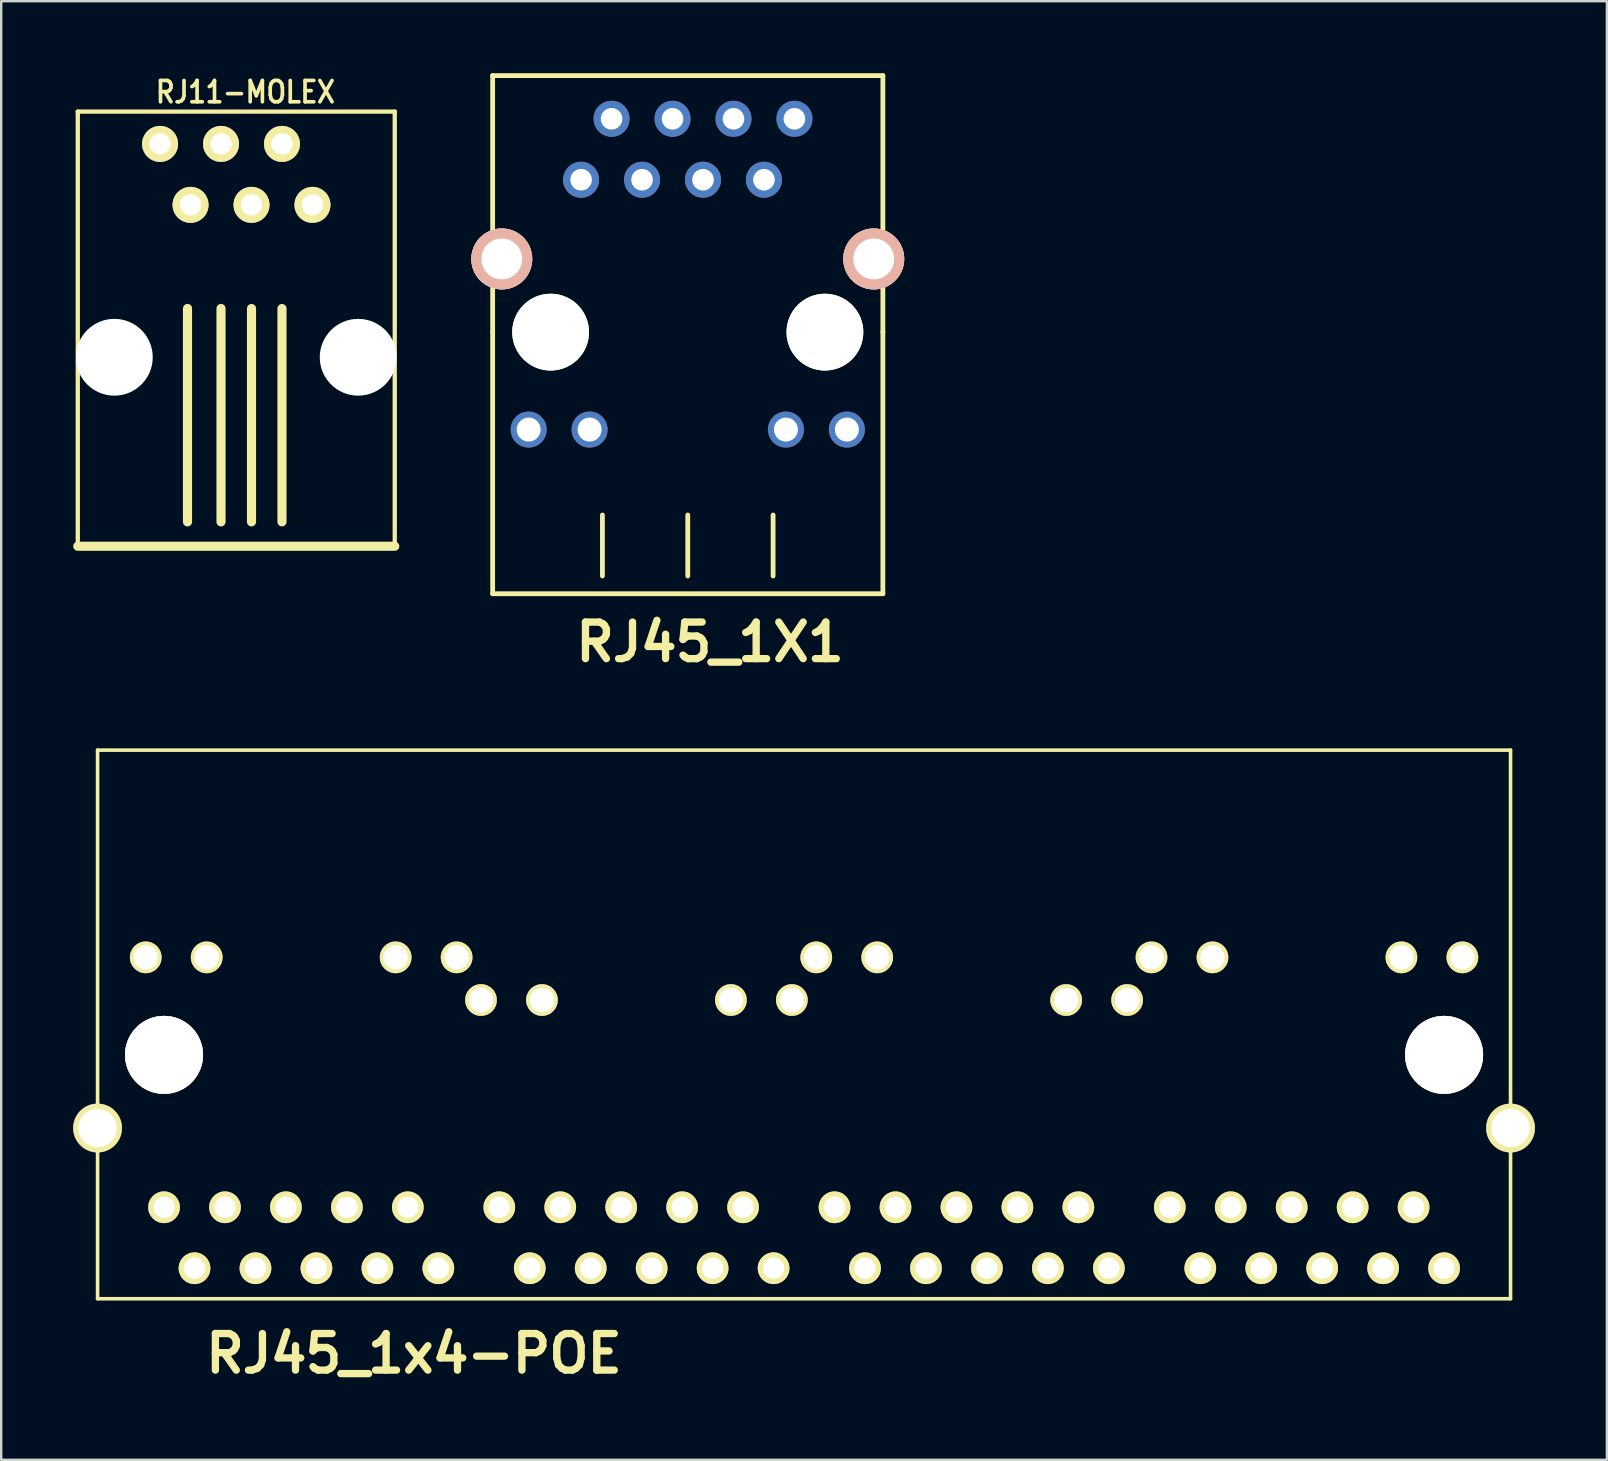
<source format=kicad_pcb>
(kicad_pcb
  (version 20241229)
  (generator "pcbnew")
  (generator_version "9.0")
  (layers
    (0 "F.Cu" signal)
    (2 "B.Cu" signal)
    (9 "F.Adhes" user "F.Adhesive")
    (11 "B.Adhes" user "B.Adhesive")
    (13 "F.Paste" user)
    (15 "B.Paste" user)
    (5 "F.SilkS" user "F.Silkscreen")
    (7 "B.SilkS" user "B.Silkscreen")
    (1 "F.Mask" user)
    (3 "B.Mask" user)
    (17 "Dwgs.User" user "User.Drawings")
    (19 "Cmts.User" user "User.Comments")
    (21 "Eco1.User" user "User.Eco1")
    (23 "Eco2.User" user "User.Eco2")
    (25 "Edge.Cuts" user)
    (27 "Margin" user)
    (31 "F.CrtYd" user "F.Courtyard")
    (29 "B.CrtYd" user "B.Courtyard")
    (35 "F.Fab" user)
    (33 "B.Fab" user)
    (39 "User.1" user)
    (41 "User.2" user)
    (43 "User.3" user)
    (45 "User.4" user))
  (footprint "RJ11-MOLEX"
    (layer "F.Cu")
    (at 6.795 11.837)
    (property "Reference" "RJ11-MOLEX" (at 0.381 -11.049 0) (layer "F.SilkS") (effects (font (size 0.889 0.762) (thickness 0.152))))
    (attr through_hole)
    (fp_line (start -6.604 -10.236) (end -6.604 7.874) (stroke (width 0.178) (type solid)) (layer "F.SilkS"))
    (fp_line (start -6.604 7.874) (end 6.604 7.874) (stroke (width 0.381) (type solid)) (layer "F.SilkS"))
    (fp_line (start -2.032 -2.032) (end -2.032 6.858) (stroke (width 0.381) (type solid)) (layer "F.SilkS"))
    (fp_line (start -0.635 -2.032) (end -0.635 6.858) (stroke (width 0.381) (type solid)) (layer "F.SilkS"))
    (fp_line (start 0.635 -2.03) (end 0.635 6.858) (stroke (width 0.381) (type solid)) (layer "F.SilkS"))
    (fp_line (start 1.905 -2.03) (end 1.905 6.858) (stroke (width 0.381) (type solid)) (layer "F.SilkS"))
    (fp_line (start 6.604 -10.236) (end -6.604 -10.236) (stroke (width 0.178) (type solid)) (layer "F.SilkS"))
    (fp_line (start 6.604 -10.236) (end 6.604 7.874) (stroke (width 0.178) (type solid)) (layer "F.SilkS"))
    (pad "" np_thru_hole circle (at -5.08 0 90) (size 3.2 3.2) (drill 3.2) (layers "*.Cu" "*.Mask"))
    (pad "" np_thru_hole circle (at 5.08 0 90) (size 3.2 3.2) (drill 3.2) (layers "*.Cu" "*.Mask"))
    (pad "1" thru_hole circle (at -3.175 -8.89 90) (size 1.5 1.5) (drill 0.889) (layers "*.Cu" "*.Mask" "F.SilkS"))
    (pad "2" thru_hole circle (at -1.905 -6.35 90) (size 1.5 1.5) (drill 0.889) (layers "*.Cu" "*.Mask" "F.SilkS"))
    (pad "3" thru_hole circle (at -0.635 -8.89 90) (size 1.5 1.5) (drill 0.889) (layers "*.Cu" "*.Mask" "F.SilkS"))
    (pad "4" thru_hole circle (at 0.635 -6.35 90) (size 1.5 1.5) (drill 0.889) (layers "*.Cu" "*.Mask" "F.SilkS"))
    (pad "5" thru_hole circle (at 1.905 -8.89 90) (size 1.5 1.5) (drill 0.889) (layers "*.Cu" "*.Mask" "F.SilkS"))
    (pad "6" thru_hole circle (at 3.175 -6.35 90) (size 1.5 1.5) (drill 0.889) (layers "*.Cu" "*.Mask" "F.SilkS")))
  (footprint "RJ45_1X1"
    (layer "F.Cu")
    (at 25.609 10.79)
    (property "Reference" "RJ45_1X1" (at 0.927 12.916 0) (layer "F.SilkS") (effects (font (size 1.524 1.524) (thickness 0.305))))
    (attr through_hole)
    (fp_line (start -8.13 -10.69) (end -8.13 0) (stroke (width 0.2) (type solid)) (layer "F.SilkS"))
    (fp_line (start -8.13 10.9) (end -8.13 0) (stroke (width 0.2) (type solid)) (layer "F.SilkS"))
    (fp_line (start -8.13 10.9) (end 8.13 10.9) (stroke (width 0.2) (type solid)) (layer "F.SilkS"))
    (fp_line (start -3.556 7.62) (end -3.556 10.16) (stroke (width 0.2) (type solid)) (layer "F.SilkS"))
    (fp_line (start 0 7.62) (end 0 10.16) (stroke (width 0.2) (type solid)) (layer "F.SilkS"))
    (fp_line (start 3.556 7.62) (end 3.556 10.16) (stroke (width 0.2) (type solid)) (layer "F.SilkS"))
    (fp_line (start 8.13 -10.69) (end -8.13 -10.69) (stroke (width 0.2) (type solid)) (layer "F.SilkS"))
    (fp_line (start 8.13 0) (end 8.13 -10.69) (stroke (width 0.2) (type solid)) (layer "F.SilkS"))
    (fp_line (start 8.13 10.9) (end 8.13 0) (stroke (width 0.2) (type solid)) (layer "F.SilkS"))
    (pad "" np_thru_hole circle (at -5.715 0) (size 3.2 3.2) (drill 3.2) (layers "*.Cu" "*.Mask" "F.SilkS"))
    (pad "" np_thru_hole circle (at 5.715 0) (size 3.2 3.2) (drill 3.2) (layers "*.Cu" "*.Mask" "F.SilkS"))
    (pad "1" thru_hole circle (at -4.445 -6.35) (size 1.5 1.5) (drill 0.9) (layers "*.Cu" "*.Mask"))
    (pad "2" thru_hole circle (at -3.175 -8.89) (size 1.5 1.5) (drill 0.9) (layers "*.Cu" "*.Mask"))
    (pad "3" thru_hole circle (at -1.905 -6.35) (size 1.5 1.5) (drill 0.9) (layers "*.Cu" "*.Mask"))
    (pad "4" thru_hole circle (at -0.635 -8.89) (size 1.5 1.5) (drill 0.9) (layers "*.Cu" "*.Mask"))
    (pad "5" thru_hole circle (at 0.635 -6.35) (size 1.5 1.5) (drill 0.9) (layers "*.Cu" "*.Mask"))
    (pad "6" thru_hole circle (at 1.905 -8.89) (size 1.5 1.5) (drill 0.9) (layers "*.Cu" "*.Mask"))
    (pad "7" thru_hole circle (at 3.175 -6.35) (size 1.5 1.5) (drill 0.9) (layers "*.Cu" "*.Mask"))
    (pad "8" thru_hole circle (at 4.445 -8.89) (size 1.5 1.5) (drill 0.9) (layers "*.Cu" "*.Mask"))
    (pad "9" thru_hole circle (at -6.63 4.06) (size 1.5 1.5) (drill 1) (layers "*.Cu" "*.Mask"))
    (pad "10" thru_hole circle (at -4.09 4.06) (size 1.5 1.5) (drill 1) (layers "*.Cu" "*.Mask"))
    (pad "11" thru_hole circle (at 4.09 4.06) (size 1.5 1.5) (drill 1) (layers "*.Cu" "*.Mask"))
    (pad "12" thru_hole circle (at 6.63 4.06) (size 1.5 1.5) (drill 1) (layers "*.Cu" "*.Mask"))
    (pad "EGND" thru_hole circle (at -7.75 -3.05) (size 2.54 2.54) (drill 1.7) (layers "*.Cu" "*.SilkS" "*.Mask"))
    (pad "EGND" thru_hole circle (at 7.75 -3.05) (size 2.54 2.54) (drill 1.7) (layers "*.Cu" "*.SilkS" "*.Mask")))
  (footprint "RJ45_1x4-POE"
    (layer "F.Cu")
    (at 30.455 49.797)
    (property "Reference" "RJ45_1x4-POE" (at -16.256 3.556 0) (layer "F.SilkS") (effects (font (size 1.524 1.524) (thickness 0.305))))
    (attr through_hole)
    (fp_line (start -29.439 -21.59) (end -29.439 1.27) (stroke (width 0.15) (type solid)) (layer "F.SilkS"))
    (fp_line (start -29.439 1.27) (end 29.439 1.27) (stroke (width 0.15) (type solid)) (layer "F.SilkS"))
    (fp_line (start 29.439 -21.59) (end -29.439 -21.59) (stroke (width 0.15) (type solid)) (layer "F.SilkS"))
    (fp_line (start 29.439 1.27) (end 29.439 -21.59) (stroke (width 0.15) (type solid)) (layer "F.SilkS"))
    (pad "" np_thru_hole circle (at -26.67 -8.89) (size 3.251 3.251) (drill 3.251) (layers "*.Cu" "*.SilkS" "*.Mask"))
    (pad "" np_thru_hole circle (at 26.67 -8.89) (size 3.251 3.251) (drill 3.251) (layers "*.Cu" "*.SilkS" "*.Mask"))
    (pad "A1" thru_hole circle (at -16.51 -2.54) (size 1.321 1.321) (drill 0.889) (layers "*.Cu" "*.Mask" "F.SilkS"))
    (pad "A2" thru_hole circle (at -17.78 0) (size 1.321 1.321) (drill 0.889) (layers "*.Cu" "*.Mask" "F.SilkS"))
    (pad "A3" thru_hole circle (at -19.05 -2.54) (size 1.321 1.321) (drill 0.889) (layers "*.Cu" "*.Mask" "F.SilkS"))
    (pad "A4" thru_hole circle (at -20.32 0) (size 1.321 1.321) (drill 0.889) (layers "*.Cu" "*.Mask" "F.SilkS"))
    (pad "A5" thru_hole circle (at -21.59 -2.54) (size 1.321 1.321) (drill 0.889) (layers "*.Cu" "*.Mask" "F.SilkS"))
    (pad "A6" thru_hole circle (at -22.86 0) (size 1.321 1.321) (drill 0.889) (layers "*.Cu" "*.Mask" "F.SilkS"))
    (pad "A7" thru_hole circle (at -24.13 -2.54) (size 1.321 1.321) (drill 0.889) (layers "*.Cu" "*.Mask" "F.SilkS"))
    (pad "A8" thru_hole circle (at -25.4 0) (size 1.321 1.321) (drill 0.889) (layers "*.Cu" "*.Mask" "F.SilkS"))
    (pad "A9" thru_hole circle (at -15.24 0) (size 1.321 1.321) (drill 0.889) (layers "*.Cu" "*.Mask" "F.SilkS"))
    (pad "A10" thru_hole circle (at -26.67 -2.54) (size 1.321 1.321) (drill 0.889) (layers "*.Cu" "*.Mask" "F.SilkS"))
    (pad "A11" thru_hole circle (at -14.478 -12.954) (size 1.321 1.321) (drill 1.016) (layers "*.Cu" "*.Mask" "F.SilkS"))
    (pad "A12" thru_hole circle (at -17.018 -12.954) (size 1.321 1.321) (drill 1.016) (layers "*.Cu" "*.Mask" "F.SilkS"))
    (pad "A13" thru_hole circle (at -24.892 -12.954) (size 1.321 1.321) (drill 1.016) (layers "*.Cu" "*.Mask" "F.SilkS"))
    (pad "A14" thru_hole circle (at -27.432 -12.954) (size 1.321 1.321) (drill 1.016) (layers "*.Cu" "*.Mask" "F.SilkS"))
    (pad "B1" thru_hole circle (at -2.54 -2.54) (size 1.321 1.321) (drill 0.889) (layers "*.Cu" "*.Mask" "F.SilkS"))
    (pad "B2" thru_hole circle (at -3.81 0) (size 1.321 1.321) (drill 0.889) (layers "*.Cu" "*.Mask" "F.SilkS"))
    (pad "B3" thru_hole circle (at -5.08 -2.54) (size 1.321 1.321) (drill 0.889) (layers "*.Cu" "*.Mask" "F.SilkS"))
    (pad "B4" thru_hole circle (at -6.35 0) (size 1.321 1.321) (drill 0.889) (layers "*.Cu" "*.Mask" "F.SilkS"))
    (pad "B5" thru_hole circle (at -7.62 -2.54) (size 1.321 1.321) (drill 0.889) (layers "*.Cu" "*.Mask" "F.SilkS"))
    (pad "B6" thru_hole circle (at -8.89 0) (size 1.321 1.321) (drill 0.889) (layers "*.Cu" "*.Mask" "F.SilkS"))
    (pad "B7" thru_hole circle (at -10.16 -2.54) (size 1.321 1.321) (drill 0.889) (layers "*.Cu" "*.Mask" "F.SilkS"))
    (pad "B8" thru_hole circle (at -11.43 0) (size 1.321 1.321) (drill 0.889) (layers "*.Cu" "*.Mask" "F.SilkS"))
    (pad "B9" thru_hole circle (at -1.27 0) (size 1.321 1.321) (drill 0.889) (layers "*.Cu" "*.Mask" "F.SilkS"))
    (pad "B10" thru_hole circle (at -12.7 -2.54) (size 1.321 1.321) (drill 0.889) (layers "*.Cu" "*.Mask" "F.SilkS"))
    (pad "B11" thru_hole circle (at -0.508 -11.176) (size 1.321 1.321) (drill 1.016) (layers "*.Cu" "*.Mask" "F.SilkS"))
    (pad "B12" thru_hole circle (at -3.048 -11.176) (size 1.321 1.321) (drill 1.016) (layers "*.Cu" "*.Mask" "F.SilkS"))
    (pad "B13" thru_hole circle (at -10.922 -11.176) (size 1.321 1.321) (drill 1.016) (layers "*.Cu" "*.Mask" "F.SilkS"))
    (pad "B14" thru_hole circle (at -13.462 -11.176) (size 1.321 1.321) (drill 1.016) (layers "*.Cu" "*.Mask" "F.SilkS"))
    (pad "C1" thru_hole circle (at 11.43 -2.54) (size 1.321 1.321) (drill 0.889) (layers "*.Cu" "*.Mask" "F.SilkS"))
    (pad "C2" thru_hole circle (at 10.16 0) (size 1.321 1.321) (drill 0.889) (layers "*.Cu" "*.Mask" "F.SilkS"))
    (pad "C3" thru_hole circle (at 8.89 -2.54) (size 1.321 1.321) (drill 0.889) (layers "*.Cu" "*.Mask" "F.SilkS"))
    (pad "C4" thru_hole circle (at 7.62 0) (size 1.321 1.321) (drill 0.889) (layers "*.Cu" "*.Mask" "F.SilkS"))
    (pad "C5" thru_hole circle (at 6.35 -2.54) (size 1.321 1.321) (drill 0.889) (layers "*.Cu" "*.Mask" "F.SilkS"))
    (pad "C6" thru_hole circle (at 5.08 0) (size 1.321 1.321) (drill 0.889) (layers "*.Cu" "*.Mask" "F.SilkS"))
    (pad "C7" thru_hole circle (at 3.81 -2.54) (size 1.321 1.321) (drill 0.889) (layers "*.Cu" "*.Mask" "F.SilkS"))
    (pad "C8" thru_hole circle (at 2.54 0) (size 1.321 1.321) (drill 0.889) (layers "*.Cu" "*.Mask" "F.SilkS"))
    (pad "C9" thru_hole circle (at 12.7 0) (size 1.321 1.321) (drill 0.889) (layers "*.Cu" "*.Mask" "F.SilkS"))
    (pad "C10" thru_hole circle (at 1.27 -2.54) (size 1.321 1.321) (drill 0.889) (layers "*.Cu" "*.Mask" "F.SilkS"))
    (pad "C11" thru_hole circle (at 13.462 -11.176) (size 1.321 1.321) (drill 1.016) (layers "*.Cu" "*.Mask" "F.SilkS"))
    (pad "C12" thru_hole circle (at 10.922 -11.176) (size 1.321 1.321) (drill 1.016) (layers "*.Cu" "*.Mask" "F.SilkS"))
    (pad "C13" thru_hole circle (at 3.048 -12.954) (size 1.321 1.321) (drill 1.016) (layers "*.Cu" "*.Mask" "F.SilkS"))
    (pad "C14" thru_hole circle (at 0.508 -12.954) (size 1.321 1.321) (drill 1.016) (layers "*.Cu" "*.Mask" "F.SilkS"))
    (pad "D1" thru_hole circle (at 25.4 -2.54) (size 1.321 1.321) (drill 0.889) (layers "*.Cu" "*.Mask" "F.SilkS"))
    (pad "D2" thru_hole circle (at 24.13 0) (size 1.321 1.321) (drill 0.889) (layers "*.Cu" "*.Mask" "F.SilkS"))
    (pad "D3" thru_hole circle (at 22.86 -2.54) (size 1.321 1.321) (drill 0.889) (layers "*.Cu" "*.Mask" "F.SilkS"))
    (pad "D4" thru_hole circle (at 21.59 0) (size 1.321 1.321) (drill 0.889) (layers "*.Cu" "*.Mask" "F.SilkS"))
    (pad "D5" thru_hole circle (at 20.32 -2.54) (size 1.321 1.321) (drill 0.889) (layers "*.Cu" "*.Mask" "F.SilkS"))
    (pad "D6" thru_hole circle (at 19.05 0) (size 1.321 1.321) (drill 0.889) (layers "*.Cu" "*.Mask" "F.SilkS"))
    (pad "D7" thru_hole circle (at 17.78 -2.54) (size 1.321 1.321) (drill 0.889) (layers "*.Cu" "*.Mask" "F.SilkS"))
    (pad "D8" thru_hole circle (at 16.51 0) (size 1.321 1.321) (drill 0.889) (layers "*.Cu" "*.Mask" "F.SilkS"))
    (pad "D9" thru_hole circle (at 26.67 0) (size 1.321 1.321) (drill 0.889) (layers "*.Cu" "*.Mask" "F.SilkS"))
    (pad "D10" thru_hole circle (at 15.24 -2.54) (size 1.321 1.321) (drill 0.889) (layers "*.Cu" "*.Mask" "F.SilkS"))
    (pad "D11" thru_hole circle (at 27.432 -12.954) (size 1.321 1.321) (drill 1.016) (layers "*.Cu" "*.Mask" "F.SilkS"))
    (pad "D12" thru_hole circle (at 24.892 -12.954) (size 1.321 1.321) (drill 1.016) (layers "*.Cu" "*.Mask" "F.SilkS"))
    (pad "D13" thru_hole circle (at 17.018 -12.954) (size 1.321 1.321) (drill 1.016) (layers "*.Cu" "*.Mask" "F.SilkS"))
    (pad "D14" thru_hole circle (at 14.478 -12.954) (size 1.321 1.321) (drill 1.016) (layers "*.Cu" "*.Mask" "F.SilkS"))
    (pad "EGND" thru_hole circle (at -29.439 -5.842) (size 2.032 2.032) (drill 1.6) (layers "*.Cu" "*.Mask" "F.SilkS"))
    (pad "EGND" thru_hole circle (at 29.439 -5.842) (size 2.032 2.032) (drill 1.6) (layers "*.Cu" "*.Mask" "F.SilkS")))
  (gr_rect
    (start -3 -3)
    (end 63.909 57.78)
    (stroke (width 0.1) (type default))
    (fill no)
    (layer "Edge.Cuts")))
</source>
